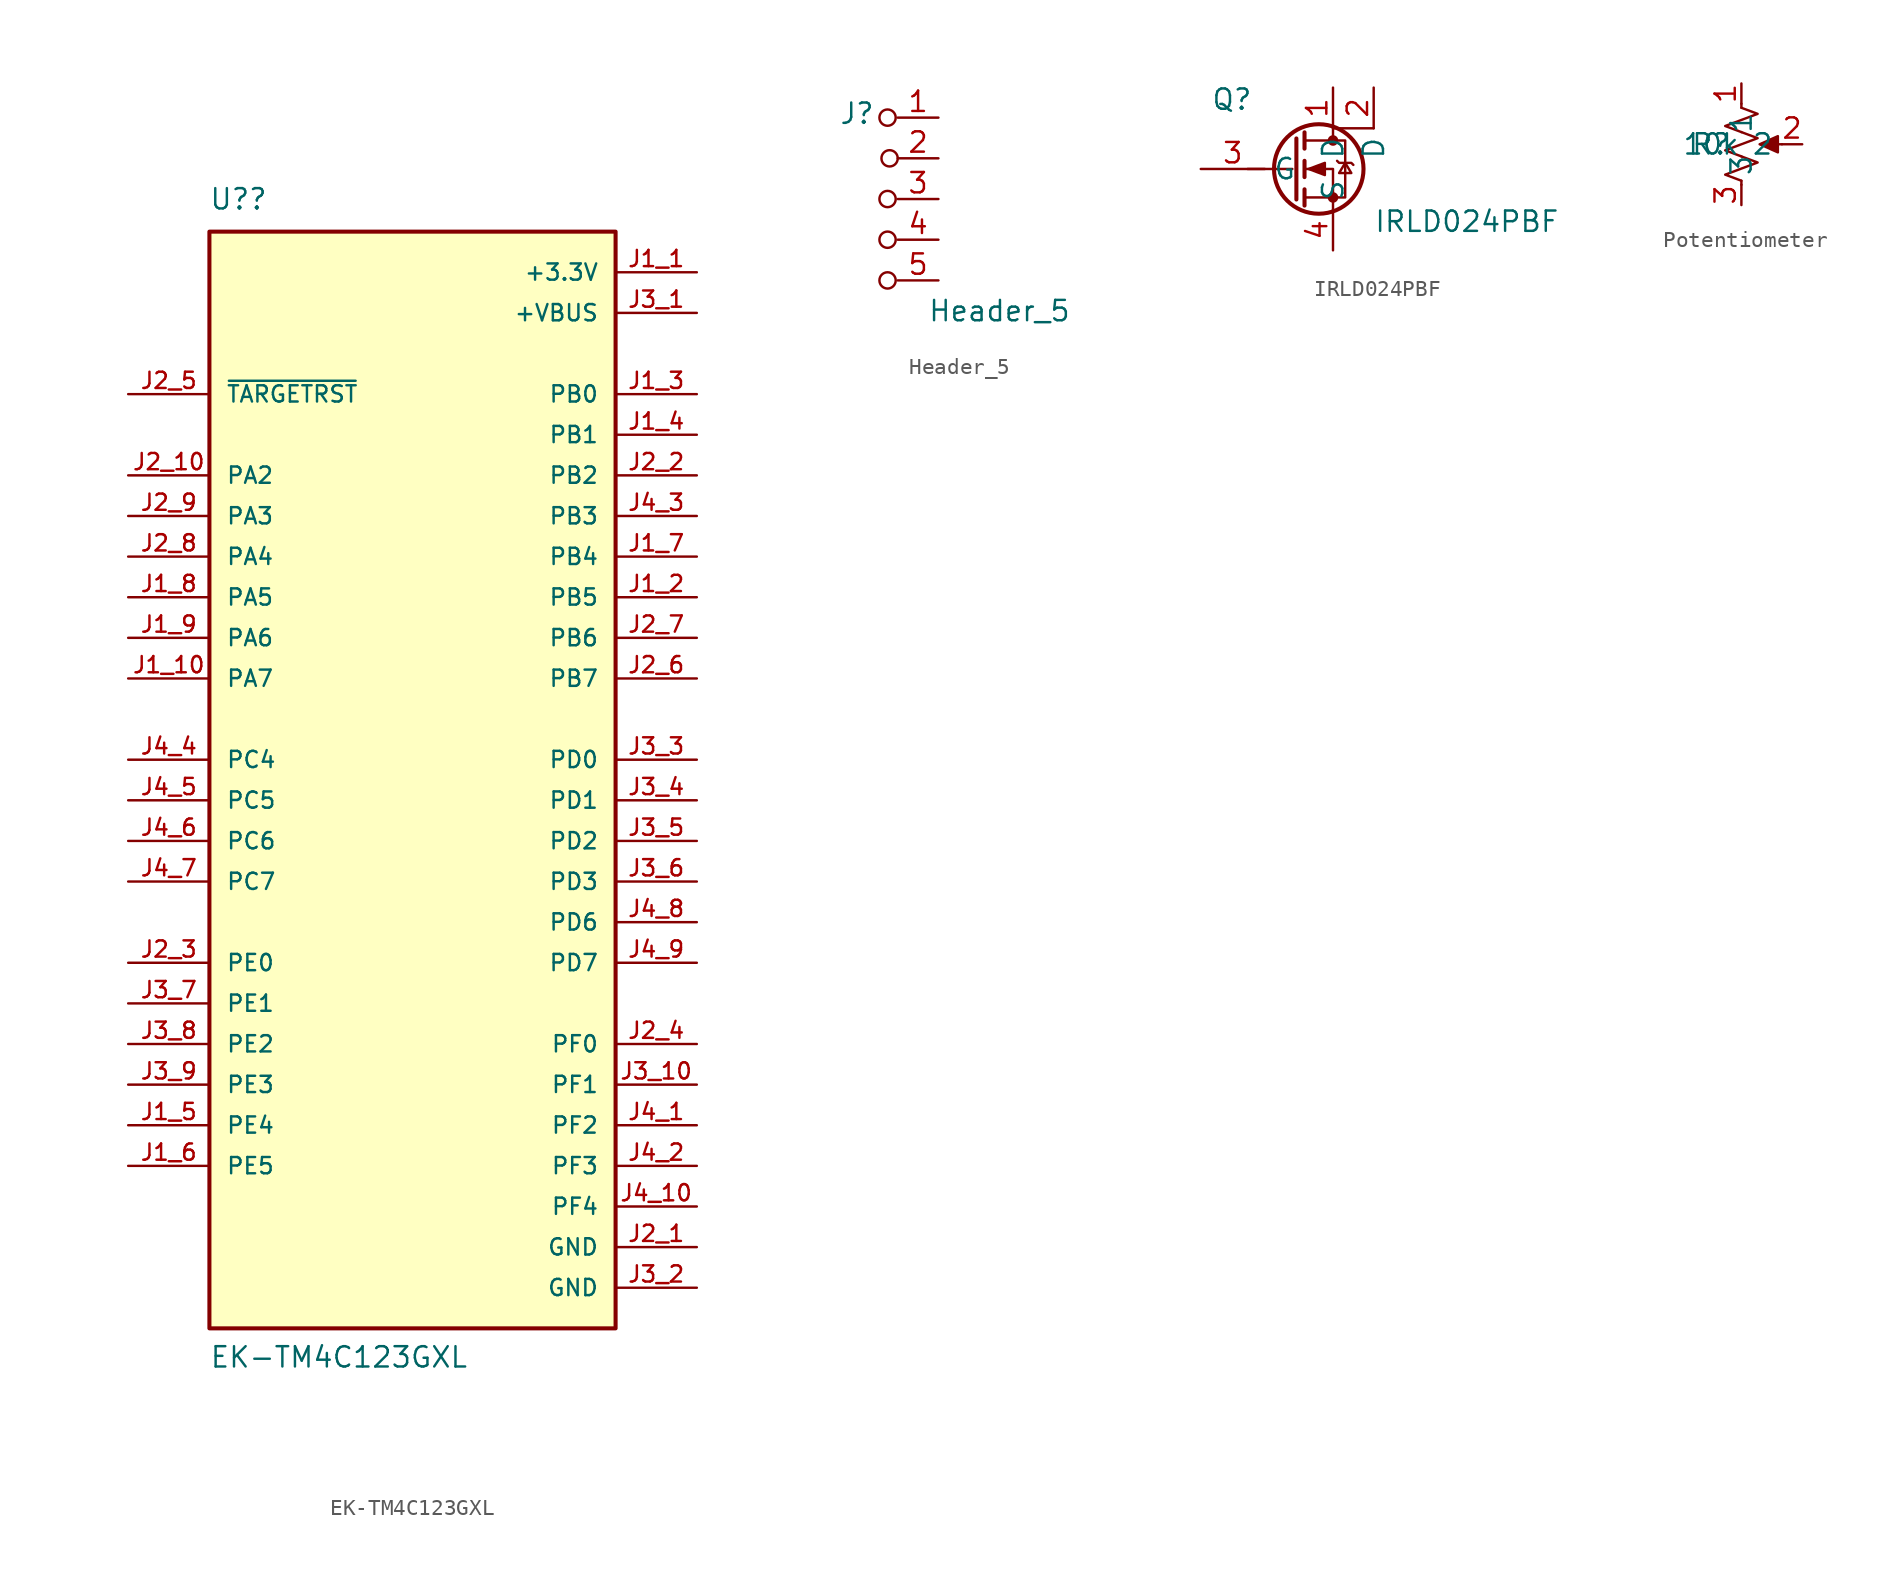
<source format=kicad_sym>
(kicad_symbol_lib
  (version 20231120)
  (generator "kicad_symbol_editor")
  (generator_version "8.0")
  (symbol "EK-TM4C123GXL"
    (pin_names
      (offset 1.016))
    (property "Reference" "U?"
      (at -12.737 34.31 0)
      (effects (font (size 1.27 1.27)) (justify left bottom)))
    (property "Value" "EK-TM4C123GXL"
      (at -12.713 -38.108 0)
      (effects (font (size 1.27 1.27)) (justify left bottom)))
    (symbol "EK-TM4C123GXL_0_0"
      (rectangle (start -12.7 -35.56) (end 12.7 33.02) (stroke (width 0.254) (type default)) (fill (type background)))
      (pin power_in line (at 17.78 30.48 180) (length 5.08) (name "+3.3V" (effects (font (size 1.016 1.016)))) (number "J1_1" (effects (font (size 1.016 1.016)))))
      (pin bidirectional line (at -17.78 5.08 0) (length 5.08) (name "PA7" (effects (font (size 1.016 1.016)))) (number "J1_10" (effects (font (size 1.016 1.016)))))
      (pin bidirectional line (at 17.78 22.86 180) (length 5.08) (name "PB0" (effects (font (size 1.016 1.016)))) (number "J1_3" (effects (font (size 1.016 1.016)))))
      (pin bidirectional line (at 17.78 20.32 180) (length 5.08) (name "PB1" (effects (font (size 1.016 1.016)))) (number "J1_4" (effects (font (size 1.016 1.016)))))
      (pin bidirectional line (at -17.78 -22.86 0) (length 5.08) (name "PE4" (effects (font (size 1.016 1.016)))) (number "J1_5" (effects (font (size 1.016 1.016)))))
      (pin bidirectional line (at -17.78 -25.4 0) (length 5.08) (name "PE5" (effects (font (size 1.016 1.016)))) (number "J1_6" (effects (font (size 1.016 1.016)))))
      (pin bidirectional line (at 17.78 12.7 180) (length 5.08) (name "PB4" (effects (font (size 1.016 1.016)))) (number "J1_7" (effects (font (size 1.016 1.016)))))
      (pin bidirectional line (at -17.78 10.16 0) (length 5.08) (name "PA5" (effects (font (size 1.016 1.016)))) (number "J1_8" (effects (font (size 1.016 1.016)))))
      (pin bidirectional line (at -17.78 7.62 0) (length 5.08) (name "PA6" (effects (font (size 1.016 1.016)))) (number "J1_9" (effects (font (size 1.016 1.016)))))
      (pin power_in line (at 17.78 -30.48 180) (length 5.08) (name "GND" (effects (font (size 1.016 1.016)))) (number "J2_1" (effects (font (size 1.016 1.016)))))
      (pin bidirectional line (at -17.78 17.78 0) (length 5.08) (name "PA2" (effects (font (size 1.016 1.016)))) (number "J2_10" (effects (font (size 1.016 1.016)))))
      (pin bidirectional line (at 17.78 17.78 180) (length 5.08) (name "PB2" (effects (font (size 1.016 1.016)))) (number "J2_2" (effects (font (size 1.016 1.016)))))
      (pin bidirectional line (at -17.78 -12.7 0) (length 5.08) (name "PE0" (effects (font (size 1.016 1.016)))) (number "J2_3" (effects (font (size 1.016 1.016)))))
      (pin bidirectional line (at 17.78 -17.78 180) (length 5.08) (name "PF0" (effects (font (size 1.016 1.016)))) (number "J2_4" (effects (font (size 1.016 1.016)))))
      (pin input line (at -17.78 22.86 0) (length 5.08) (name "~{TARGETRST}" (effects (font (size 1.016 1.016)))) (number "J2_5" (effects (font (size 1.016 1.016)))))
      (pin bidirectional line (at 17.78 5.08 180) (length 5.08) (name "PB7" (effects (font (size 1.016 1.016)))) (number "J2_6" (effects (font (size 1.016 1.016)))))
      (pin bidirectional line (at 17.78 7.62 180) (length 5.08) (name "PB6" (effects (font (size 1.016 1.016)))) (number "J2_7" (effects (font (size 1.016 1.016)))))
      (pin bidirectional line (at -17.78 12.7 0) (length 5.08) (name "PA4" (effects (font (size 1.016 1.016)))) (number "J2_8" (effects (font (size 1.016 1.016)))))
      (pin bidirectional line (at -17.78 15.24 0) (length 5.08) (name "PA3" (effects (font (size 1.016 1.016)))) (number "J2_9" (effects (font (size 1.016 1.016)))))
      (pin power_in line (at 17.78 27.94 180) (length 5.08) (name "+VBUS" (effects (font (size 1.016 1.016)))) (number "J3_1" (effects (font (size 1.016 1.016)))))
      (pin bidirectional line (at 17.78 -20.32 180) (length 5.08) (name "PF1" (effects (font (size 1.016 1.016)))) (number "J3_10" (effects (font (size 1.016 1.016)))))
      (pin power_in line (at 17.78 -33.02 180) (length 5.08) (name "GND" (effects (font (size 1.016 1.016)))) (number "J3_2" (effects (font (size 1.016 1.016)))))
      (pin bidirectional line (at 17.78 0 180) (length 5.08) (name "PD0" (effects (font (size 1.016 1.016)))) (number "J3_3" (effects (font (size 1.016 1.016)))))
      (pin bidirectional line (at 17.78 -2.54 180) (length 5.08) (name "PD1" (effects (font (size 1.016 1.016)))) (number "J3_4" (effects (font (size 1.016 1.016)))))
      (pin bidirectional line (at 17.78 -5.08 180) (length 5.08) (name "PD2" (effects (font (size 1.016 1.016)))) (number "J3_5" (effects (font (size 1.016 1.016)))))
      (pin bidirectional line (at 17.78 -7.62 180) (length 5.08) (name "PD3" (effects (font (size 1.016 1.016)))) (number "J3_6" (effects (font (size 1.016 1.016)))))
      (pin bidirectional line (at -17.78 -15.24 0) (length 5.08) (name "PE1" (effects (font (size 1.016 1.016)))) (number "J3_7" (effects (font (size 1.016 1.016)))))
      (pin bidirectional line (at -17.78 -17.78 0) (length 5.08) (name "PE2" (effects (font (size 1.016 1.016)))) (number "J3_8" (effects (font (size 1.016 1.016)))))
      (pin bidirectional line (at -17.78 -20.32 0) (length 5.08) (name "PE3" (effects (font (size 1.016 1.016)))) (number "J3_9" (effects (font (size 1.016 1.016)))))
      (pin bidirectional line (at 17.78 -22.86 180) (length 5.08) (name "PF2" (effects (font (size 1.016 1.016)))) (number "J4_1" (effects (font (size 1.016 1.016)))))
      (pin bidirectional line (at 17.78 -27.94 180) (length 5.08) (name "PF4" (effects (font (size 1.016 1.016)))) (number "J4_10" (effects (font (size 1.016 1.016)))))
      (pin bidirectional line (at 17.78 -25.4 180) (length 5.08) (name "PF3" (effects (font (size 1.016 1.016)))) (number "J4_2" (effects (font (size 1.016 1.016)))))
      (pin bidirectional line (at 17.78 15.24 180) (length 5.08) (name "PB3" (effects (font (size 1.016 1.016)))) (number "J4_3" (effects (font (size 1.016 1.016)))))
      (pin bidirectional line (at -17.78 0 0) (length 5.08) (name "PC4" (effects (font (size 1.016 1.016)))) (number "J4_4" (effects (font (size 1.016 1.016)))))
      (pin bidirectional line (at -17.78 -2.54 0) (length 5.08) (name "PC5" (effects (font (size 1.016 1.016)))) (number "J4_5" (effects (font (size 1.016 1.016)))))
      (pin bidirectional line (at -17.78 -5.08 0) (length 5.08) (name "PC6" (effects (font (size 1.016 1.016)))) (number "J4_6" (effects (font (size 1.016 1.016)))))
      (pin bidirectional line (at -17.78 -7.62 0) (length 5.08) (name "PC7" (effects (font (size 1.016 1.016)))) (number "J4_7" (effects (font (size 1.016 1.016)))))
      (pin bidirectional line (at 17.78 -10.16 180) (length 5.08) (name "PD6" (effects (font (size 1.016 1.016)))) (number "J4_8" (effects (font (size 1.016 1.016)))))
      (pin bidirectional line (at 17.78 -12.7 180) (length 5.08) (name "PD7" (effects (font (size 1.016 1.016)))) (number "J4_9" (effects (font (size 1.016 1.016))))))
    (symbol "EK-TM4C123GXL_1_0"
      (pin bidirectional line (at 17.78 10.16 180) (length 5.08) (name "PB5" (effects (font (size 1.016 1.016)))) (number "J1_2" (effects (font (size 1.016 1.016)))))))
  (symbol "Header_5"
    (pin_names
      (offset 0) hide)
    (property "Reference" "J"
      (at 0 2.794 0)
      (effects (font (size 1.27 1.27))))
    (property "Value" "Header_5"
      (at 8.89 -9.525 0)
      (effects (font (size 1.27 1.27))))
    (symbol "Header_5_0_0"
      (circle (center 1.905 2.54) (radius 0.508) (stroke (width 0) (type default)) (fill (type none))))
    (symbol "Header_5_1_0"
      (circle (center 1.905 -7.62) (radius 0.508) (stroke (width 0) (type default)) (fill (type none)))
      (circle (center 1.905 -5.08) (radius 0.508) (stroke (width 0) (type default)) (fill (type none)))
      (circle (center 1.905 -2.54) (radius 0.508) (stroke (width 0) (type default)) (fill (type none)))
      (circle (center 2.032 0) (radius 0.508) (stroke (width 0) (type default)) (fill (type none))))
    (symbol "Header_5_1_1"
      (pin passive line (at 5.08 2.54 180) (length 2.54) (name "A" (effects (font (size 1.27 1.27)))) (number "1" (effects (font (size 1.27 1.27)))))
      (pin passive line (at 5.08 0 180) (length 2.54) (name "B" (effects (font (size 1.27 1.27)))) (number "2" (effects (font (size 1.27 1.27)))))
      (pin passive line (at 5.08 -2.54 180) (length 2.54) (name "C" (effects (font (size 1.27 1.27)))) (number "3" (effects (font (size 1.27 1.27)))))
      (pin passive line (at 5.08 -5.08 180) (length 2.54) (name "C" (effects (font (size 1.27 1.27)))) (number "4" (effects (font (size 1.27 1.27)))))
      (pin passive line (at 5.08 -7.62 180) (length 2.54) (name "C" (effects (font (size 1.27 1.27)))) (number "5" (effects (font (size 1.27 1.27)))))))
  (symbol "IRLD024PBF"
    (property "Reference" "Q"
      (at 6.35 5.715 0)
      (effects (font (size 1.27 1.27)) (justify left top)))
    (property "Value" "IRLD024PBF"
      (at 16.51 -1.905 0)
      (effects (font (size 1.27 1.27)) (justify left top)))
    (symbol "IRLD024PBF_0_1"
      (polyline (pts (xy 11.43 0.635) (xy 8.636 0.635)) (stroke (width 0) (type default)) (fill (type none)))
      (polyline (pts (xy 11.684 2.54) (xy 11.684 -1.27)) (stroke (width 0.254) (type default)) (fill (type none)))
      (polyline (pts (xy 12.192 -0.635) (xy 12.192 -1.651)) (stroke (width 0.254) (type default)) (fill (type none)))
      (polyline (pts (xy 12.192 1.143) (xy 12.192 0.127)) (stroke (width 0.254) (type default)) (fill (type none)))
      (polyline (pts (xy 12.192 2.921) (xy 12.192 1.905)) (stroke (width 0.254) (type default)) (fill (type none)))
      (polyline (pts (xy 13.97 3.175) (xy 13.97 2.413)) (stroke (width 0) (type default)) (fill (type none)))
      (polyline (pts (xy 16.51 3.175) (xy 13.97 3.175)) (stroke (width 0) (type default)) (fill (type none)))
      (polyline (pts (xy 13.97 -1.905) (xy 13.97 0.635) (xy 12.192 0.635)) (stroke (width 0) (type default)) (fill (type none)))
      (polyline (pts (xy 12.192 -1.143) (xy 14.732 -1.143) (xy 14.732 2.413) (xy 12.192 2.413)) (stroke (width 0) (type default)) (fill (type none)))
      (polyline (pts (xy 12.446 0.635) (xy 13.462 1.016) (xy 13.462 0.254) (xy 12.446 0.635)) (stroke (width 0) (type default)) (fill (type outline)))
      (polyline (pts (xy 14.224 1.143) (xy 14.351 1.016) (xy 15.113 1.016) (xy 15.24 0.889)) (stroke (width 0) (type default)) (fill (type none)))
      (polyline (pts (xy 14.732 1.016) (xy 14.351 0.381) (xy 15.113 0.381) (xy 14.732 1.016)) (stroke (width 0) (type default)) (fill (type none)))
      (circle (center 13.081 0.635) (radius 2.794) (stroke (width 0.254) (type default)) (fill (type none)))
      (circle (center 13.97 -1.143) (radius 0.254) (stroke (width 0) (type default)) (fill (type outline)))
      (circle (center 13.97 2.413) (radius 0.254) (stroke (width 0) (type default)) (fill (type outline))))
    (symbol "IRLD024PBF_1_1"
      (pin passive line (at 13.97 5.715 270) (length 2.54) (name "D" (effects (font (size 1.27 1.27)))) (number "1" (effects (font (size 1.27 1.27)))))
      (pin passive line (at 16.51 5.715 270) (length 2.54) (name "D" (effects (font (size 1.27 1.27)))) (number "2" (effects (font (size 1.27 1.27)))))
      (pin input line (at 5.715 0.635 0) (length 4) (name "G" (effects (font (size 1.27 1.27)))) (number "3" (effects (font (size 1.27 1.27)))))
      (pin passive line (at 13.97 -4.445 90) (length 2.54) (name "S" (effects (font (size 1.27 1.27)))) (number "4" (effects (font (size 1.27 1.27)))))))
  (symbol "Potentiometer"
    (property "Reference" "R"
      (at 0 0 0)
      (effects (font (size 1.27 1.27))))
    (property "Value" "10k"
      (at 0 0 0)
      (effects (font (size 1.27 1.27))))
    (symbol "Potentiometer_0_1"
      (polyline (pts (xy 1.905 -2.286) (xy 1.905 -2.54)) (stroke (width 0) (type default)) (fill (type none)))
      (polyline (pts (xy 1.905 2.54) (xy 1.905 2.286)) (stroke (width 0) (type default)) (fill (type none)))
      (polyline (pts (xy 4.445 0) (xy 3.429 0)) (stroke (width 0) (type default)) (fill (type none)))
      (polyline (pts (xy 3.048 0) (xy 4.191 0.508) (xy 4.191 -0.508) (xy 3.048 0)) (stroke (width 0) (type default)) (fill (type outline)))
      (polyline (pts (xy 1.905 -0.762) (xy 2.921 -1.143) (xy 1.905 -1.524) (xy 0.889 -1.905) (xy 1.905 -2.286)) (stroke (width 0) (type default)) (fill (type none)))
      (polyline (pts (xy 1.905 0.762) (xy 2.921 0.381) (xy 1.905 0) (xy 0.889 -0.381) (xy 1.905 -0.762)) (stroke (width 0) (type default)) (fill (type none)))
      (polyline (pts (xy 1.905 2.286) (xy 2.921 1.905) (xy 1.905 1.524) (xy 0.889 1.143) (xy 1.905 0.762)) (stroke (width 0) (type default)) (fill (type none))))
    (symbol "Potentiometer_1_1"
      (pin passive line (at 1.905 3.81 270) (length 1.27) (name "1" (effects (font (size 1.27 1.27)))) (number "1" (effects (font (size 1.27 1.27)))))
      (pin passive line (at 5.715 0 180) (length 1.27) (name "2" (effects (font (size 1.27 1.27)))) (number "2" (effects (font (size 1.27 1.27)))))
      (pin passive line (at 1.905 -3.81 90) (length 1.27) (name "3" (effects (font (size 1.27 1.27)))) (number "3" (effects (font (size 1.27 1.27))))))))
</source>
